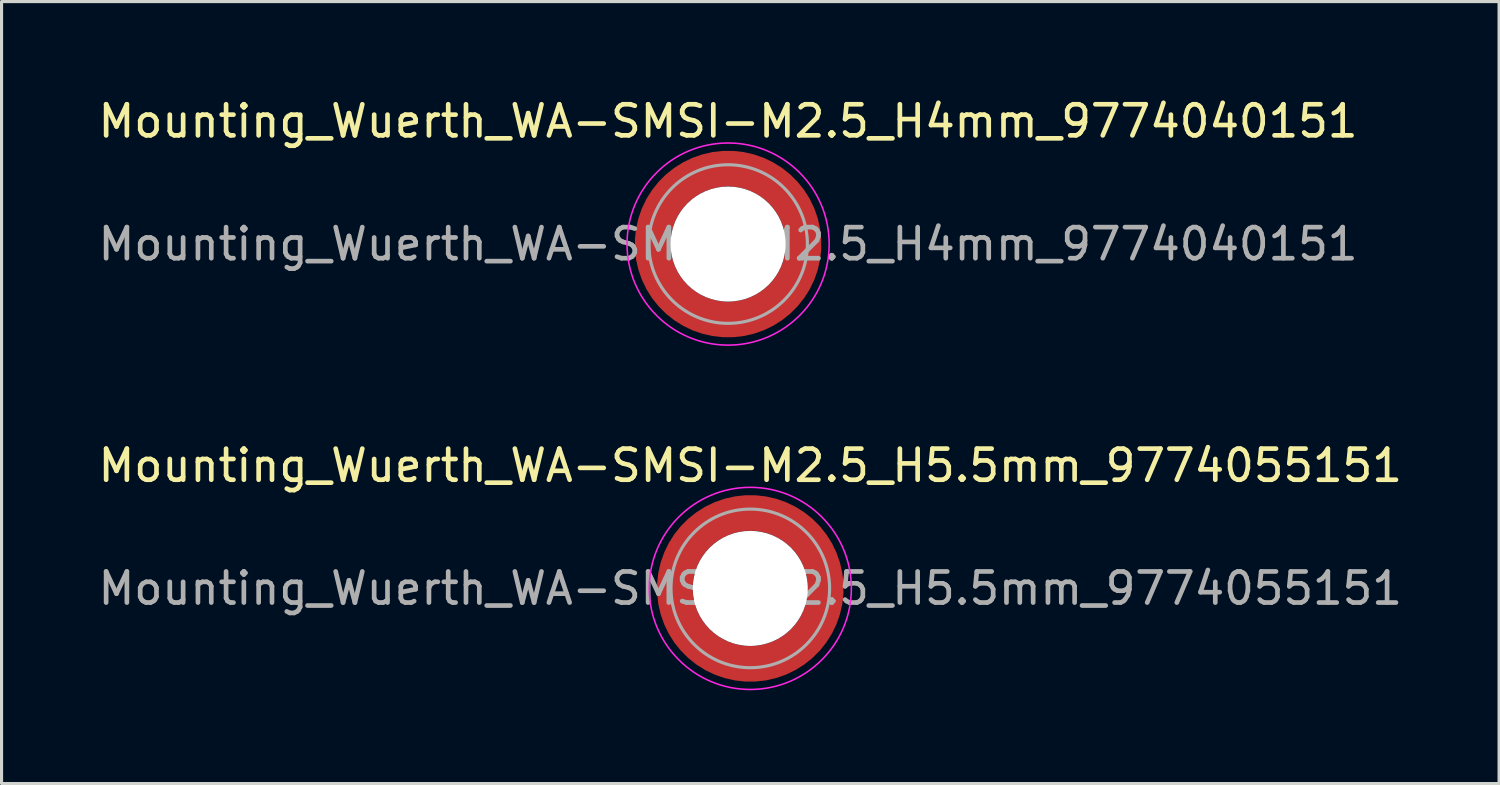
<source format=kicad_pcb>
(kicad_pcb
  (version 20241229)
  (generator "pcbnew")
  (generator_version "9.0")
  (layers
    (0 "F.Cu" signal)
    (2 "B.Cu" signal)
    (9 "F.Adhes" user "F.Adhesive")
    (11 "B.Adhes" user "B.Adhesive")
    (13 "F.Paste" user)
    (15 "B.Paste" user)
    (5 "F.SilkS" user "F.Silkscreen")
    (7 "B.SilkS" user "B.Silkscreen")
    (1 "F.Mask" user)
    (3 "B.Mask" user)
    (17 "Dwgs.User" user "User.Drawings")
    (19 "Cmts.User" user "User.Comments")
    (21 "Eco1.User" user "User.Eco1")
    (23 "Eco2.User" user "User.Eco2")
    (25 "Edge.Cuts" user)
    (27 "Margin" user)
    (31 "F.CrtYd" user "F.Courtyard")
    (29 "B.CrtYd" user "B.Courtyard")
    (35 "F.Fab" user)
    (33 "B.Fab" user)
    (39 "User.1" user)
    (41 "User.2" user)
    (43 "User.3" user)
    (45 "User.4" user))
  (footprint "Mounting_Wuerth_WA-SMSI-M2.5_H4mm_9774040151"
    (layer "F.Cu")
    (at 20.363 4.798)
    (property "Reference" "Mounting_Wuerth_WA-SMSI-M2.5_H4mm_9774040151" (at 0 -3.95 0) (layer "F.SilkS") (effects (font (size 1 1) (thickness 0.15))))
    (attr smd allow_soldermask_bridges)
    (fp_circle (center 0 0) (end 3.25 0) (stroke (width 0.05) (type solid)) (fill no) (layer "F.CrtYd"))
    (fp_circle (center 0 0) (end 2.55 0) (stroke (width 0.1) (type solid)) (fill no) (layer "F.Fab"))
    (fp_text user "${REFERENCE}" (at 0 0 0) (layer "F.Fab") (effects (font (size 1 1) (thickness 0.15))))
    (pad "" smd custom (at -1.704 -1.704) (size 0.51 0.51) (layers "F.Paste") (options (anchor circle)) (primitives (gr_arc (start -0.250195 1.279127) (mid 0.289914 0.289914) (end 1.279127 -0.250195) (width 0.2)) (gr_arc (start -0.34334 1.279127) (mid 0.225488 0.225488) (end 1.279127 -0.34334) (width 0.2)) (gr_arc (start -0.436309 1.279127) (mid 0.161063 0.161063) (end 1.279127 -0.436309) (width 0.2)) (gr_arc (start -0.529126 1.279127) (mid 0.096638 0.096638) (end 1.279127 -0.529126) (width 0.2)) (gr_arc (start -0.621807 1.279127) (mid 0.032213 0.032213) (end 1.279127 -0.621807) (width 0.2)) (gr_arc (start -0.71437 1.279127) (mid -0.032213 -0.032213) (end 1.279127 -0.71437) (width 0.2)) (gr_arc (start -0.806826 1.279127) (mid -0.096638 -0.096638) (end 1.279127 -0.806826) (width 0.2)) (gr_arc (start -0.899187 1.279127) (mid -0.161063 -0.161063) (end 1.279127 -0.899187) (width 0.2)) (gr_arc (start -0.991463 1.279127) (mid -0.225488 -0.225488) (end 1.279127 -0.991463) (width 0.2)) (gr_arc (start -1.083663 1.279127) (mid -0.289914 -0.289914) (end 1.279127 -1.083663) (width 0.2)) (gr_line (start 1.279 -0.25) (end 1.279 -1.084) (width 0.2)) (gr_line (start -0.25 1.279) (end -1.084 1.279) (width 0.2))))
    (pad "" smd custom (at -1.704 1.704) (size 0.51 0.51) (layers "F.Paste") (options (anchor circle)) (primitives (gr_arc (start 1.279127 0.250195) (mid 0.289914 -0.289914) (end -0.250195 -1.279127) (width 0.2)) (gr_arc (start 1.279127 0.34334) (mid 0.225488 -0.225488) (end -0.34334 -1.279127) (width 0.2)) (gr_arc (start 1.279127 0.436309) (mid 0.161063 -0.161063) (end -0.436309 -1.279127) (width 0.2)) (gr_arc (start 1.279127 0.529126) (mid 0.096638 -0.096638) (end -0.529126 -1.279127) (width 0.2)) (gr_arc (start 1.279127 0.621807) (mid 0.032213 -0.032213) (end -0.621807 -1.279127) (width 0.2)) (gr_arc (start 1.279127 0.71437) (mid -0.032213 0.032213) (end -0.71437 -1.279127) (width 0.2)) (gr_arc (start 1.279127 0.806826) (mid -0.096638 0.096638) (end -0.806826 -1.279127) (width 0.2)) (gr_arc (start 1.279127 0.899187) (mid -0.161063 0.161063) (end -0.899187 -1.279127) (width 0.2)) (gr_arc (start 1.279127 0.991463) (mid -0.225488 0.225488) (end -0.991463 -1.279127) (width 0.2)) (gr_arc (start 1.279127 1.083663) (mid -0.289914 0.289914) (end -1.083663 -1.279127) (width 0.2)) (gr_line (start -0.25 -1.279) (end -1.084 -1.279) (width 0.2)) (gr_line (start 1.279 0.25) (end 1.279 1.084) (width 0.2))))
    (pad "" np_thru_hole circle (at 0 0) (size 3.7 3.7) (drill 3.7) (layers "*.Cu" "*.Mask"))
    (pad "" smd custom (at 1.704 -1.704) (size 0.51 0.51) (layers "F.Paste") (options (anchor circle)) (primitives (gr_arc (start -1.279127 -0.250195) (mid -0.289914 0.289914) (end 0.250195 1.279127) (width 0.2)) (gr_arc (start -1.279127 -0.34334) (mid -0.225488 0.225488) (end 0.34334 1.279127) (width 0.2)) (gr_arc (start -1.279127 -0.436309) (mid -0.161063 0.161063) (end 0.436309 1.279127) (width 0.2)) (gr_arc (start -1.279127 -0.529126) (mid -0.096638 0.096638) (end 0.529126 1.279127) (width 0.2)) (gr_arc (start -1.279127 -0.621807) (mid -0.032213 0.032213) (end 0.621807 1.279127) (width 0.2)) (gr_arc (start -1.279127 -0.71437) (mid 0.032213 -0.032213) (end 0.71437 1.279127) (width 0.2)) (gr_arc (start -1.279127 -0.806826) (mid 0.096638 -0.096638) (end 0.806826 1.279127) (width 0.2)) (gr_arc (start -1.279127 -0.899187) (mid 0.161063 -0.161063) (end 0.899187 1.279127) (width 0.2)) (gr_arc (start -1.279127 -0.991463) (mid 0.225488 -0.225488) (end 0.991463 1.279127) (width 0.2)) (gr_arc (start -1.279127 -1.083663) (mid 0.289914 -0.289914) (end 1.083663 1.279127) (width 0.2)) (gr_line (start 0.25 1.279) (end 1.084 1.279) (width 0.2)) (gr_line (start -1.279 -0.25) (end -1.279 -1.084) (width 0.2))))
    (pad "" smd custom (at 1.704 1.704) (size 0.51 0.51) (layers "F.Paste") (options (anchor circle)) (primitives (gr_arc (start 0.250195 -1.279127) (mid -0.289914 -0.289914) (end -1.279127 0.250195) (width 0.2)) (gr_arc (start 0.34334 -1.279127) (mid -0.225488 -0.225488) (end -1.279127 0.34334) (width 0.2)) (gr_arc (start 0.436309 -1.279127) (mid -0.161063 -0.161063) (end -1.279127 0.436309) (width 0.2)) (gr_arc (start 0.529126 -1.279127) (mid -0.096638 -0.096638) (end -1.279127 0.529126) (width 0.2)) (gr_arc (start 0.621807 -1.279127) (mid -0.032213 -0.032213) (end -1.279127 0.621807) (width 0.2)) (gr_arc (start 0.71437 -1.279127) (mid 0.032213 0.032213) (end -1.279127 0.71437) (width 0.2)) (gr_arc (start 0.806826 -1.279127) (mid 0.096638 0.096638) (end -1.279127 0.806826) (width 0.2)) (gr_arc (start 0.899187 -1.279127) (mid 0.161063 0.161063) (end -1.279127 0.899187) (width 0.2)) (gr_arc (start 0.991463 -1.279127) (mid 0.225488 0.225488) (end -1.279127 0.991463) (width 0.2)) (gr_arc (start 1.083663 -1.279127) (mid 0.289914 0.289914) (end -1.279127 1.083663) (width 0.2)) (gr_line (start -1.279 0.25) (end -1.279 1.084) (width 0.2)) (gr_line (start 0.25 -1.279) (end 1.084 -1.279) (width 0.2))))
    (pad "1" smd circle (at -2.425 0) (size 0.642 0.642) (layers "F.Cu"))
    (pad "1" smd circle (at 0 -2.425) (size 0.642 0.642) (layers "F.Cu"))
    (pad "1" smd circle (at 0 2.425) (size 0.642 0.642) (layers "F.Cu"))
    (pad "1" smd custom (at 2.425 0) (size 1.15 1.15) (layers "F.Cu" "F.Mask") (options (anchor circle)) (primitives (gr_circle (center -2.425 0) (end 0 0) (width 1.15) (fill no)))))
  (footprint "Mounting_Wuerth_WA-SMSI-M2.5_H5.5mm_9774055151"
    (layer "F.Cu")
    (at 21.077 15.871)
    (property "Reference" "Mounting_Wuerth_WA-SMSI-M2.5_H5.5mm_9774055151" (at 0 -3.95 0) (layer "F.SilkS") (effects (font (size 1 1) (thickness 0.15))))
    (attr smd allow_soldermask_bridges)
    (fp_circle (center 0 0) (end 3.25 0) (stroke (width 0.05) (type solid)) (fill no) (layer "F.CrtYd"))
    (fp_circle (center 0 0) (end 2.55 0) (stroke (width 0.1) (type solid)) (fill no) (layer "F.Fab"))
    (fp_text user "${REFERENCE}" (at 0 0 0) (layer "F.Fab") (effects (font (size 1 1) (thickness 0.15))))
    (pad "" smd custom (at -1.704 -1.704) (size 0.51 0.51) (layers "F.Paste") (options (anchor circle)) (primitives (gr_arc (start -0.250195 1.279127) (mid 0.289914 0.289914) (end 1.279127 -0.250195) (width 0.2)) (gr_arc (start -0.34334 1.279127) (mid 0.225488 0.225488) (end 1.279127 -0.34334) (width 0.2)) (gr_arc (start -0.436309 1.279127) (mid 0.161063 0.161063) (end 1.279127 -0.436309) (width 0.2)) (gr_arc (start -0.529126 1.279127) (mid 0.096638 0.096638) (end 1.279127 -0.529126) (width 0.2)) (gr_arc (start -0.621807 1.279127) (mid 0.032213 0.032213) (end 1.279127 -0.621807) (width 0.2)) (gr_arc (start -0.71437 1.279127) (mid -0.032213 -0.032213) (end 1.279127 -0.71437) (width 0.2)) (gr_arc (start -0.806826 1.279127) (mid -0.096638 -0.096638) (end 1.279127 -0.806826) (width 0.2)) (gr_arc (start -0.899187 1.279127) (mid -0.161063 -0.161063) (end 1.279127 -0.899187) (width 0.2)) (gr_arc (start -0.991463 1.279127) (mid -0.225488 -0.225488) (end 1.279127 -0.991463) (width 0.2)) (gr_arc (start -1.083663 1.279127) (mid -0.289914 -0.289914) (end 1.279127 -1.083663) (width 0.2)) (gr_line (start 1.279 -0.25) (end 1.279 -1.084) (width 0.2)) (gr_line (start -0.25 1.279) (end -1.084 1.279) (width 0.2))))
    (pad "" smd custom (at -1.704 1.704) (size 0.51 0.51) (layers "F.Paste") (options (anchor circle)) (primitives (gr_arc (start 1.279127 0.250195) (mid 0.289914 -0.289914) (end -0.250195 -1.279127) (width 0.2)) (gr_arc (start 1.279127 0.34334) (mid 0.225488 -0.225488) (end -0.34334 -1.279127) (width 0.2)) (gr_arc (start 1.279127 0.436309) (mid 0.161063 -0.161063) (end -0.436309 -1.279127) (width 0.2)) (gr_arc (start 1.279127 0.529126) (mid 0.096638 -0.096638) (end -0.529126 -1.279127) (width 0.2)) (gr_arc (start 1.279127 0.621807) (mid 0.032213 -0.032213) (end -0.621807 -1.279127) (width 0.2)) (gr_arc (start 1.279127 0.71437) (mid -0.032213 0.032213) (end -0.71437 -1.279127) (width 0.2)) (gr_arc (start 1.279127 0.806826) (mid -0.096638 0.096638) (end -0.806826 -1.279127) (width 0.2)) (gr_arc (start 1.279127 0.899187) (mid -0.161063 0.161063) (end -0.899187 -1.279127) (width 0.2)) (gr_arc (start 1.279127 0.991463) (mid -0.225488 0.225488) (end -0.991463 -1.279127) (width 0.2)) (gr_arc (start 1.279127 1.083663) (mid -0.289914 0.289914) (end -1.083663 -1.279127) (width 0.2)) (gr_line (start -0.25 -1.279) (end -1.084 -1.279) (width 0.2)) (gr_line (start 1.279 0.25) (end 1.279 1.084) (width 0.2))))
    (pad "" np_thru_hole circle (at 0 0) (size 3.7 3.7) (drill 3.7) (layers "*.Cu" "*.Mask"))
    (pad "" smd custom (at 1.704 -1.704) (size 0.51 0.51) (layers "F.Paste") (options (anchor circle)) (primitives (gr_arc (start -1.279127 -0.250195) (mid -0.289914 0.289914) (end 0.250195 1.279127) (width 0.2)) (gr_arc (start -1.279127 -0.34334) (mid -0.225488 0.225488) (end 0.34334 1.279127) (width 0.2)) (gr_arc (start -1.279127 -0.436309) (mid -0.161063 0.161063) (end 0.436309 1.279127) (width 0.2)) (gr_arc (start -1.279127 -0.529126) (mid -0.096638 0.096638) (end 0.529126 1.279127) (width 0.2)) (gr_arc (start -1.279127 -0.621807) (mid -0.032213 0.032213) (end 0.621807 1.279127) (width 0.2)) (gr_arc (start -1.279127 -0.71437) (mid 0.032213 -0.032213) (end 0.71437 1.279127) (width 0.2)) (gr_arc (start -1.279127 -0.806826) (mid 0.096638 -0.096638) (end 0.806826 1.279127) (width 0.2)) (gr_arc (start -1.279127 -0.899187) (mid 0.161063 -0.161063) (end 0.899187 1.279127) (width 0.2)) (gr_arc (start -1.279127 -0.991463) (mid 0.225488 -0.225488) (end 0.991463 1.279127) (width 0.2)) (gr_arc (start -1.279127 -1.083663) (mid 0.289914 -0.289914) (end 1.083663 1.279127) (width 0.2)) (gr_line (start 0.25 1.279) (end 1.084 1.279) (width 0.2)) (gr_line (start -1.279 -0.25) (end -1.279 -1.084) (width 0.2))))
    (pad "" smd custom (at 1.704 1.704) (size 0.51 0.51) (layers "F.Paste") (options (anchor circle)) (primitives (gr_arc (start 0.250195 -1.279127) (mid -0.289914 -0.289914) (end -1.279127 0.250195) (width 0.2)) (gr_arc (start 0.34334 -1.279127) (mid -0.225488 -0.225488) (end -1.279127 0.34334) (width 0.2)) (gr_arc (start 0.436309 -1.279127) (mid -0.161063 -0.161063) (end -1.279127 0.436309) (width 0.2)) (gr_arc (start 0.529126 -1.279127) (mid -0.096638 -0.096638) (end -1.279127 0.529126) (width 0.2)) (gr_arc (start 0.621807 -1.279127) (mid -0.032213 -0.032213) (end -1.279127 0.621807) (width 0.2)) (gr_arc (start 0.71437 -1.279127) (mid 0.032213 0.032213) (end -1.279127 0.71437) (width 0.2)) (gr_arc (start 0.806826 -1.279127) (mid 0.096638 0.096638) (end -1.279127 0.806826) (width 0.2)) (gr_arc (start 0.899187 -1.279127) (mid 0.161063 0.161063) (end -1.279127 0.899187) (width 0.2)) (gr_arc (start 0.991463 -1.279127) (mid 0.225488 0.225488) (end -1.279127 0.991463) (width 0.2)) (gr_arc (start 1.083663 -1.279127) (mid 0.289914 0.289914) (end -1.279127 1.083663) (width 0.2)) (gr_line (start -1.279 0.25) (end -1.279 1.084) (width 0.2)) (gr_line (start 0.25 -1.279) (end 1.084 -1.279) (width 0.2))))
    (pad "1" smd circle (at -2.425 0) (size 0.642 0.642) (layers "F.Cu"))
    (pad "1" smd circle (at 0 -2.425) (size 0.642 0.642) (layers "F.Cu"))
    (pad "1" smd circle (at 0 2.425) (size 0.642 0.642) (layers "F.Cu"))
    (pad "1" smd custom (at 2.425 0) (size 1.15 1.15) (layers "F.Cu" "F.Mask") (options (anchor circle)) (primitives (gr_circle (center -2.425 0) (end 0 0) (width 1.15) (fill no)))))
  (gr_rect
    (start -3 -3)
    (end 45.155 22.146)
    (stroke (width 0.1) (type default))
    (fill no)
    (layer "Edge.Cuts")))
</source>
